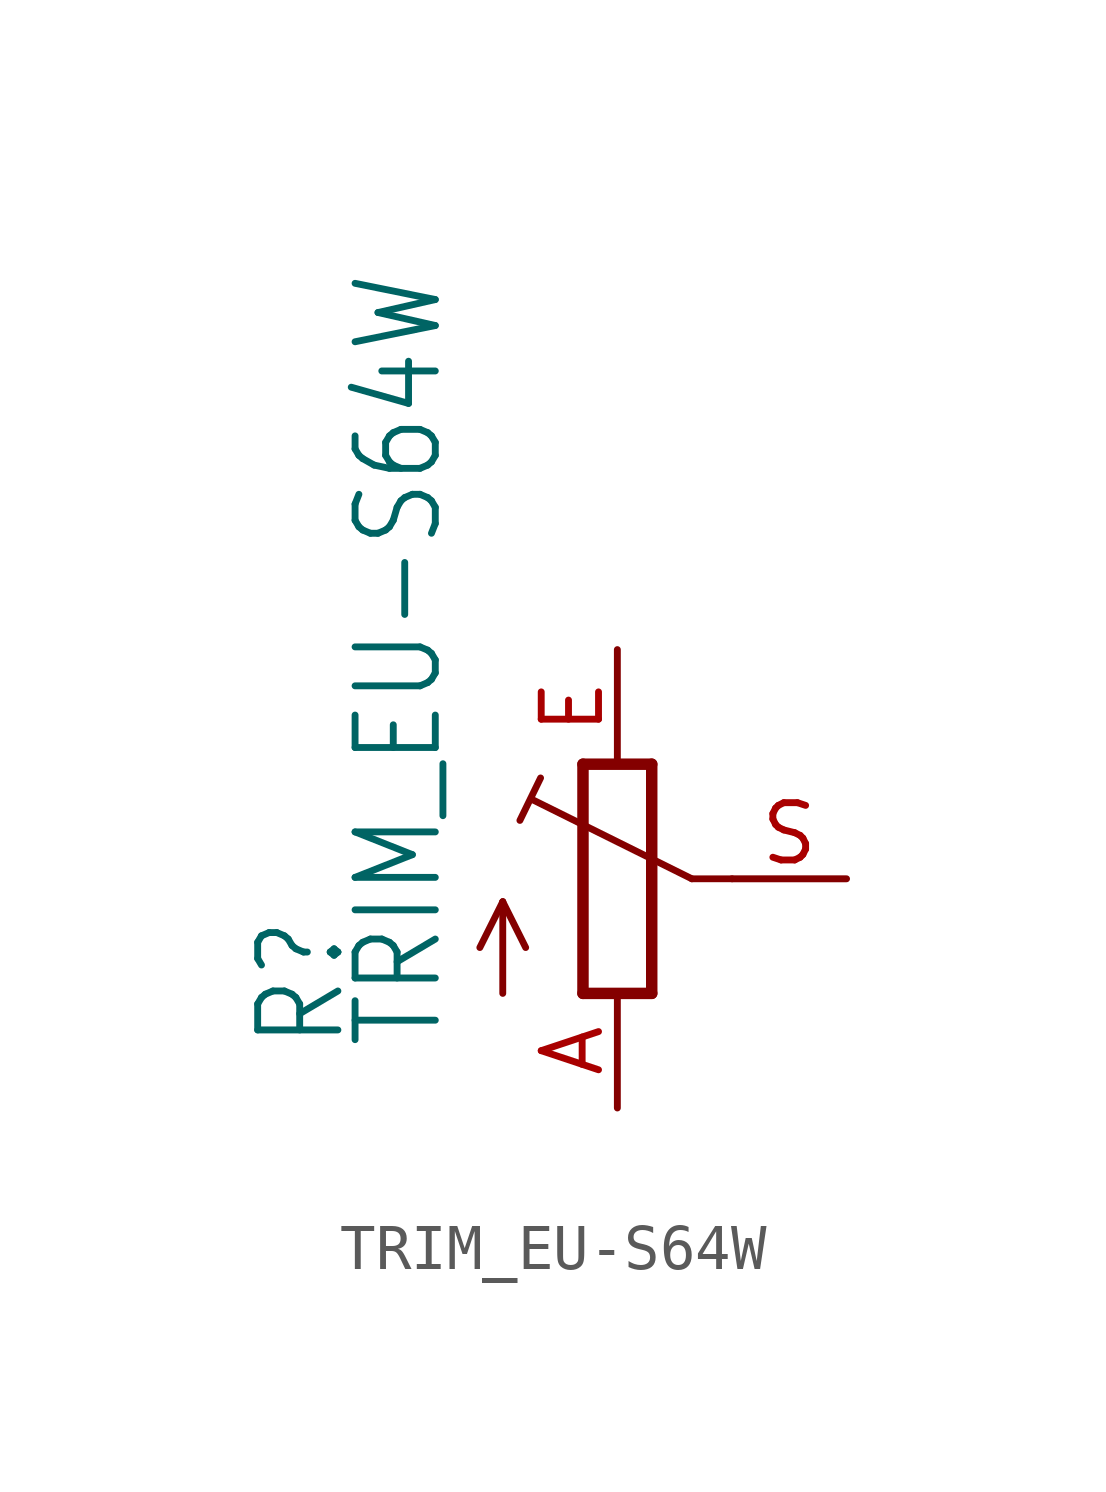
<source format=kicad_sym>
(kicad_symbol_lib
  (version 20211014)
  (generator kicad_symbol_editor)
  (symbol "TRIM_EU-S64W"
    (property "Reference" "R"
      (at -5.969 -3.81 90)
      (effects (font (size 1.778 1.511)) (justify left bottom)))
    (property "Value" "TRIM_EU-S64W"
      (at -3.81 -3.81 90)
      (effects (font (size 1.778 1.511)) (justify left bottom)))
    (property "ki_locked" ""
      (at 0 0 0)
      (effects (font (size 1.27 1.27))))
    (symbol "TRIM_EU-S64W_1_0"
      (polyline (pts (xy -2.54 -2.54) (xy -2.54 -0.508)) (stroke (width 0.152) (type default) (color 0 0 0 0)) (fill (type none)))
      (polyline (pts (xy -2.54 -0.508) (xy -3.048 -1.524)) (stroke (width 0.152) (type default) (color 0 0 0 0)) (fill (type none)))
      (polyline (pts (xy -2.54 -0.508) (xy -2.032 -1.524)) (stroke (width 0.152) (type default) (color 0 0 0 0)) (fill (type none)))
      (polyline (pts (xy -2.16 1.294) (xy -1.702 2.235)) (stroke (width 0.152) (type default) (color 0 0 0 0)) (fill (type none)))
      (polyline (pts (xy -0.762 -2.54) (xy 0.762 -2.54)) (stroke (width 0.254) (type default) (color 0 0 0 0)) (fill (type none)))
      (polyline (pts (xy -0.762 2.54) (xy -0.762 -2.54)) (stroke (width 0.254) (type default) (color 0 0 0 0)) (fill (type none)))
      (polyline (pts (xy 0.762 -2.54) (xy 0.762 2.54)) (stroke (width 0.254) (type default) (color 0 0 0 0)) (fill (type none)))
      (polyline (pts (xy 0.762 2.54) (xy -0.762 2.54)) (stroke (width 0.254) (type default) (color 0 0 0 0)) (fill (type none)))
      (polyline (pts (xy 1.651 0) (xy -1.88 1.753)) (stroke (width 0.152) (type default) (color 0 0 0 0)) (fill (type none)))
      (polyline (pts (xy 2.54 0) (xy 1.651 0)) (stroke (width 0.152) (type default) (color 0 0 0 0)) (fill (type none)))
      (pin passive line (at 0 -5.08 90) (length 2.54) (name "A" (effects (font (size 0 0)))) (number "A" (effects (font (size 1.27 1.27)))))
      (pin passive line (at 0 5.08 270) (length 2.54) (name "E" (effects (font (size 0 0)))) (number "E" (effects (font (size 1.27 1.27)))))
      (pin passive line (at 5.08 0 180) (length 2.54) (name "S" (effects (font (size 0 0)))) (number "S" (effects (font (size 1.27 1.27))))))))
</source>
